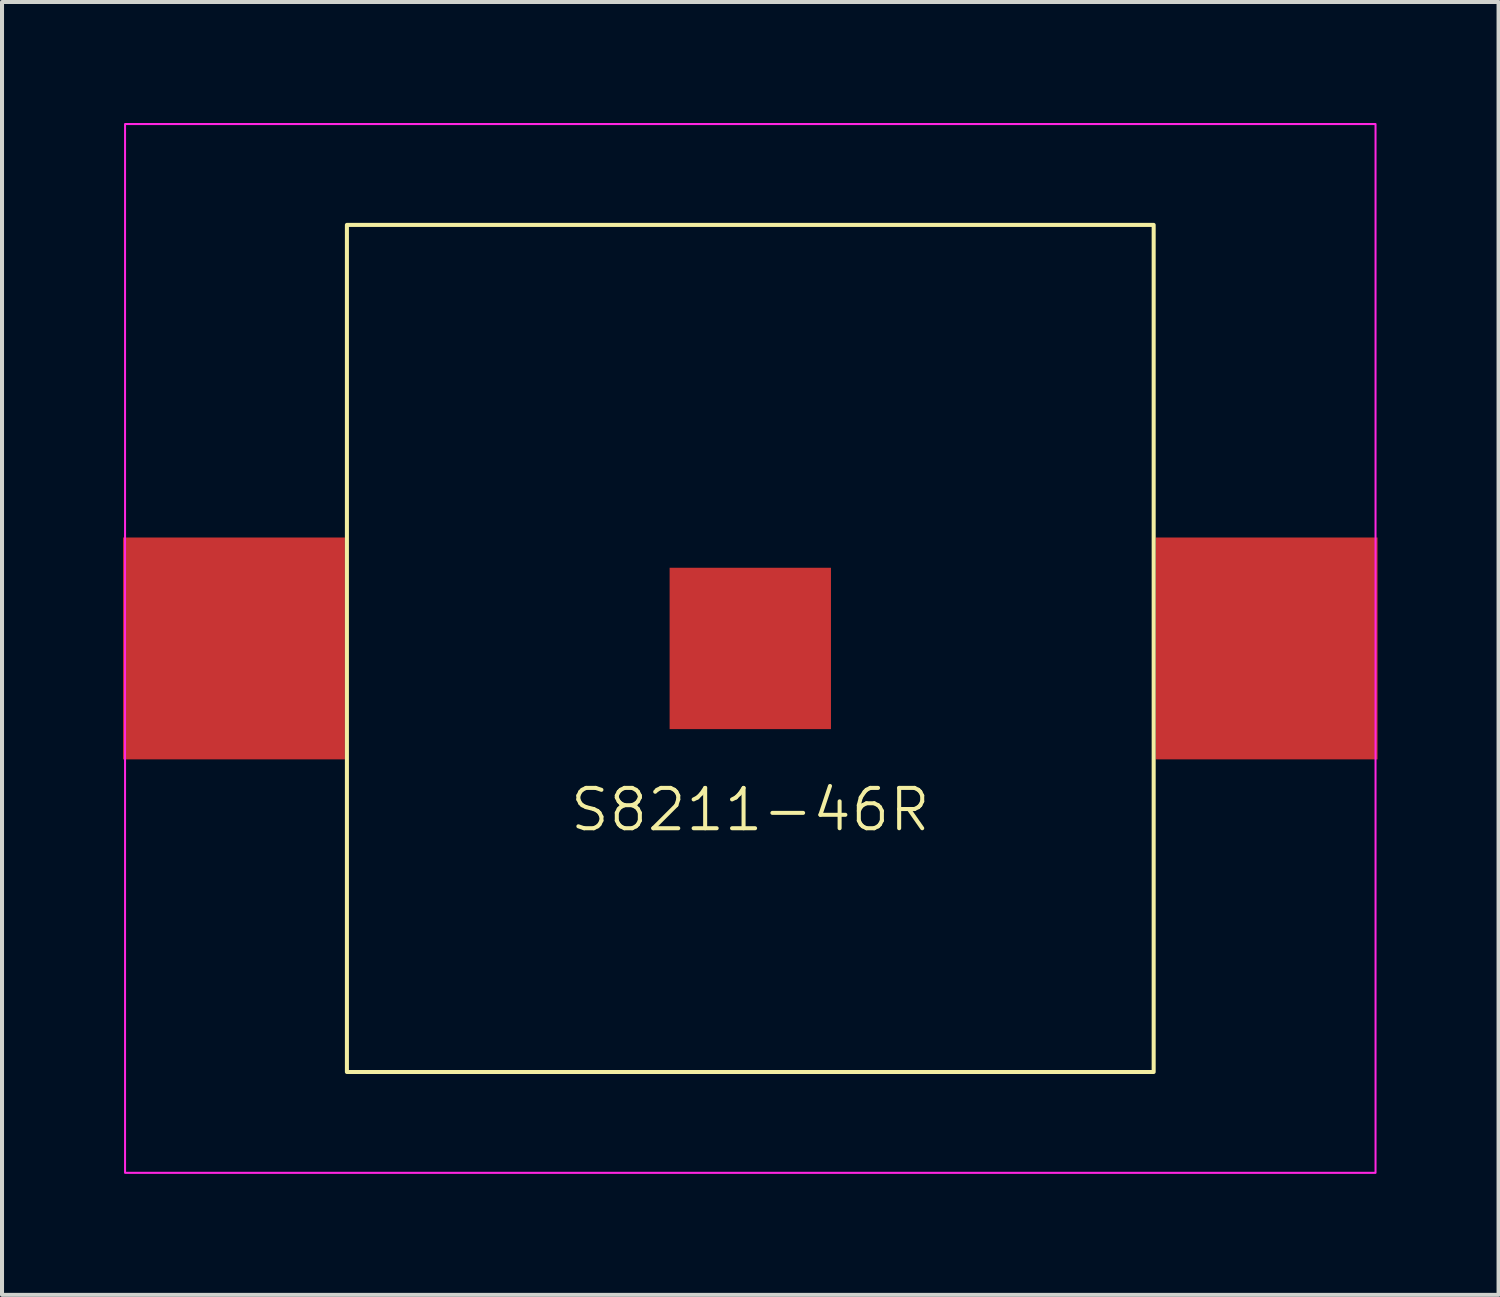
<source format=kicad_pcb>
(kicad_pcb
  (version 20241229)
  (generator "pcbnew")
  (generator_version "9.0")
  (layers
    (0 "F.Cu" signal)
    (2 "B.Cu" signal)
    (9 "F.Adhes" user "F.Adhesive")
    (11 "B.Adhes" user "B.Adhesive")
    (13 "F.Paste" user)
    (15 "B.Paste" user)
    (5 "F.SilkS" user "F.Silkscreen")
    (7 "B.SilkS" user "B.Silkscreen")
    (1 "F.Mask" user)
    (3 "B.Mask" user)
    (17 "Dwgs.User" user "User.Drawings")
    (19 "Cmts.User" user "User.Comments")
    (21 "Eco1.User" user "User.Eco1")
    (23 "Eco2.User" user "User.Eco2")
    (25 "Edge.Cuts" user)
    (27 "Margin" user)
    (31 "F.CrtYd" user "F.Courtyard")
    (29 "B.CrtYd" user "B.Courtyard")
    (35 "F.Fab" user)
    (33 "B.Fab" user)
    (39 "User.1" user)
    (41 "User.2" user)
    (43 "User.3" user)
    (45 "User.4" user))
  (footprint "S8211-46R"
    (layer "F.Cu")
    (at 15.55 13.025)
    (property "Reference" "S8211-46R" (at 0 4 0) (unlocked yes) (layer "F.SilkS") (effects (font (size 1 1) (thickness 0.1))))
    (attr smd)
    (fp_rect (start -10 -10.5) (end 10 10.5) (stroke (width 0.1) (type default)) (fill no) (layer "F.SilkS"))
    (fp_rect (start -15.5 -13) (end 15.5 13) (stroke (width 0.05) (type default)) (fill no) (layer "F.CrtYd"))
    (pad "1" smd rect (at -12.8 0) (size 5.5 5.5) (layers "F.Cu" "F.Mask" "F.Paste"))
    (pad "1" smd rect (at 12.8 0) (size 5.5 5.5) (layers "F.Cu" "F.Mask" "F.Paste"))
    (pad "2" smd rect (at 0 0) (size 4 4) (layers "F.Cu" "F.Mask" "F.Paste")))
  (gr_rect
    (start -3 -3)
    (end 34.1 29.05)
    (stroke (width 0.1) (type default))
    (fill no)
    (layer "Edge.Cuts")))
</source>
